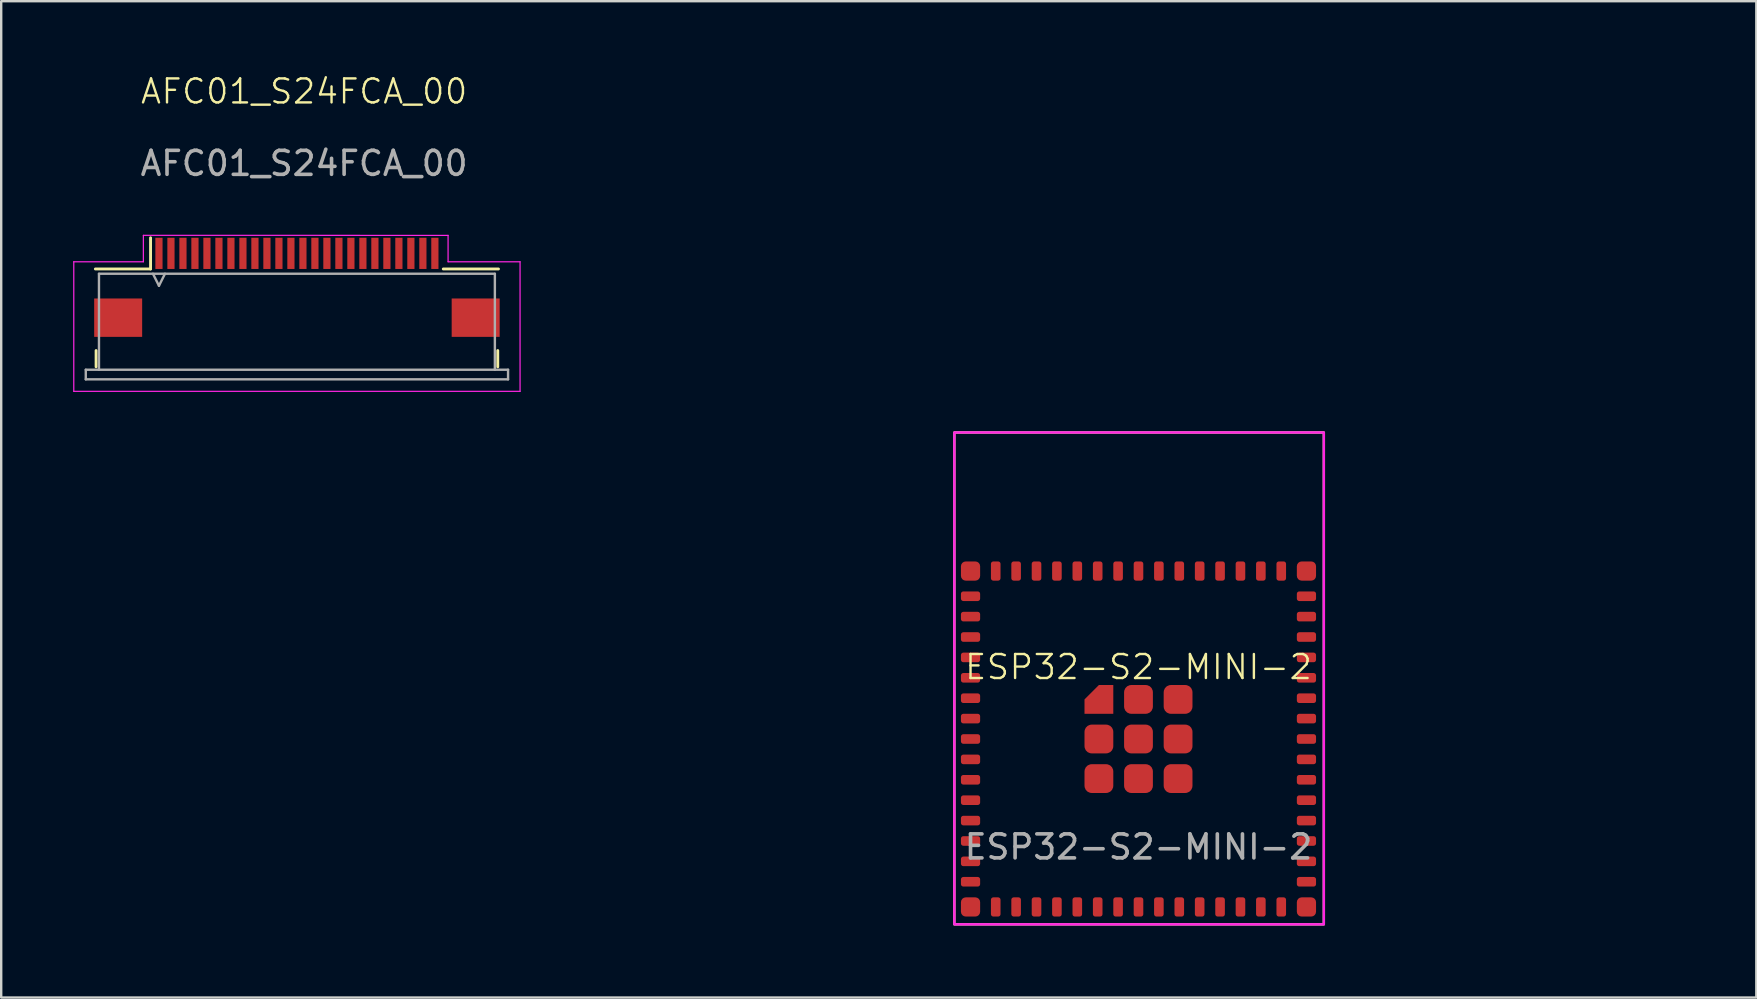
<source format=kicad_pcb>
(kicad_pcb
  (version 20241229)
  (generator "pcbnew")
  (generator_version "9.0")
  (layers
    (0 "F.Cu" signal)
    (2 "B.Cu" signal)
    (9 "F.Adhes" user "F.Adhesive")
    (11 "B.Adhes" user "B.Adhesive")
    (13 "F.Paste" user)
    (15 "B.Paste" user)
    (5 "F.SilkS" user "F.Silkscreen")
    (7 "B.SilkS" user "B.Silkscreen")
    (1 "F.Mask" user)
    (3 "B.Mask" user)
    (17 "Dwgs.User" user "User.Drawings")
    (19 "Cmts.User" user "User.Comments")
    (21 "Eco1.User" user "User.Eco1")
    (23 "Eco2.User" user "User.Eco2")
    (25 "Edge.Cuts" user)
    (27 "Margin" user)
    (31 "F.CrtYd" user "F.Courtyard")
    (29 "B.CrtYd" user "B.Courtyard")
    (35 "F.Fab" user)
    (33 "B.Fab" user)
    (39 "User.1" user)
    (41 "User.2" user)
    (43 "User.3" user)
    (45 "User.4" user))
  (footprint "ESP32-S2-MINI-2"
    (layer "F.Cu")
    (at 44.4 27.75)
    (property "Reference" "ESP32-S2-MINI-2" (at 0 -3 0) (unlocked yes) (layer "F.SilkS") (effects (font (size 1 1) (thickness 0.1))))
    (attr smd)
    (fp_rect (start -7.675 -12.775) (end 7.725 7.725) (stroke (width 0.1) (type default)) (fill no) (layer "F.SilkS"))
    (fp_rect (start -7.675 -12.775) (end 7.725 7.725) (stroke (width 0.1) (type default)) (fill no) (layer "F.CrtYd"))
    (fp_text user "${REFERENCE}" (at 0 4.5 0) (unlocked yes) (layer "F.Fab") (effects (font (size 1 1) (thickness 0.15))))
    (pad "1" smd roundrect (at -7 -5.95 90) (size 0.4 0.8) (layers "F.Cu" "F.Mask" "F.Paste") (roundrect_rratio 0.25))
    (pad "2" smd roundrect (at -7 -5.1 90) (size 0.4 0.8) (layers "F.Cu" "F.Mask" "F.Paste") (roundrect_rratio 0.25))
    (pad "3" smd roundrect (at -7 -4.25 90) (size 0.4 0.8) (layers "F.Cu" "F.Mask" "F.Paste") (roundrect_rratio 0.25))
    (pad "4" smd roundrect (at -7 -3.4 90) (size 0.4 0.8) (layers "F.Cu" "F.Mask" "F.Paste") (roundrect_rratio 0.25))
    (pad "5" smd roundrect (at -7 -2.55 90) (size 0.4 0.8) (layers "F.Cu" "F.Mask" "F.Paste") (roundrect_rratio 0.25))
    (pad "6" smd roundrect (at -7 -1.7 90) (size 0.4 0.8) (layers "F.Cu" "F.Mask" "F.Paste") (roundrect_rratio 0.25))
    (pad "7" smd roundrect (at -7 -0.85 90) (size 0.4 0.8) (layers "F.Cu" "F.Mask" "F.Paste") (roundrect_rratio 0.25))
    (pad "8" smd roundrect (at -7 0 90) (size 0.4 0.8) (layers "F.Cu" "F.Mask" "F.Paste") (roundrect_rratio 0.25))
    (pad "9" smd roundrect (at -7 0.85 90) (size 0.4 0.8) (layers "F.Cu" "F.Mask" "F.Paste") (roundrect_rratio 0.25))
    (pad "10" smd roundrect (at -7 1.7 90) (size 0.4 0.8) (layers "F.Cu" "F.Mask" "F.Paste") (roundrect_rratio 0.25))
    (pad "11" smd roundrect (at -7 2.55 90) (size 0.4 0.8) (layers "F.Cu" "F.Mask" "F.Paste") (roundrect_rratio 0.25))
    (pad "12" smd roundrect (at -7 3.4 90) (size 0.4 0.8) (layers "F.Cu" "F.Mask" "F.Paste") (roundrect_rratio 0.25))
    (pad "13" smd roundrect (at -7 4.25 90) (size 0.4 0.8) (layers "F.Cu" "F.Mask" "F.Paste") (roundrect_rratio 0.25))
    (pad "14" smd roundrect (at -7 5.1 90) (size 0.4 0.8) (layers "F.Cu" "F.Mask" "F.Paste") (roundrect_rratio 0.25))
    (pad "15" smd roundrect (at -7 5.95 90) (size 0.4 0.8) (layers "F.Cu" "F.Mask" "F.Paste") (roundrect_rratio 0.25))
    (pad "16" smd roundrect (at -5.95 7 180) (size 0.4 0.8) (layers "F.Cu" "F.Mask" "F.Paste") (roundrect_rratio 0.25))
    (pad "17" smd roundrect (at -5.1 7 180) (size 0.4 0.8) (layers "F.Cu" "F.Mask" "F.Paste") (roundrect_rratio 0.25))
    (pad "18" smd roundrect (at -4.25 7 180) (size 0.4 0.8) (layers "F.Cu" "F.Mask" "F.Paste") (roundrect_rratio 0.25))
    (pad "19" smd roundrect (at -3.4 7 180) (size 0.4 0.8) (layers "F.Cu" "F.Mask" "F.Paste") (roundrect_rratio 0.25))
    (pad "20" smd roundrect (at -2.55 7 180) (size 0.4 0.8) (layers "F.Cu" "F.Mask" "F.Paste") (roundrect_rratio 0.25))
    (pad "21" smd roundrect (at -1.7 7 180) (size 0.4 0.8) (layers "F.Cu" "F.Mask" "F.Paste") (roundrect_rratio 0.25))
    (pad "22" smd roundrect (at -0.85 7 180) (size 0.4 0.8) (layers "F.Cu" "F.Mask" "F.Paste") (roundrect_rratio 0.25))
    (pad "23" smd roundrect (at 0 7 180) (size 0.4 0.8) (layers "F.Cu" "F.Mask" "F.Paste") (roundrect_rratio 0.25))
    (pad "24" smd roundrect (at 0.85 7 180) (size 0.4 0.8) (layers "F.Cu" "F.Mask" "F.Paste") (roundrect_rratio 0.25))
    (pad "25" smd roundrect (at 1.7 7 180) (size 0.4 0.8) (layers "F.Cu" "F.Mask" "F.Paste") (roundrect_rratio 0.25))
    (pad "26" smd roundrect (at 2.55 7 180) (size 0.4 0.8) (layers "F.Cu" "F.Mask" "F.Paste") (roundrect_rratio 0.25))
    (pad "27" smd roundrect (at 3.4 7 180) (size 0.4 0.8) (layers "F.Cu" "F.Mask" "F.Paste") (roundrect_rratio 0.25))
    (pad "28" smd roundrect (at 4.25 7 180) (size 0.4 0.8) (layers "F.Cu" "F.Mask" "F.Paste") (roundrect_rratio 0.25))
    (pad "29" smd roundrect (at 5.1 7 180) (size 0.4 0.8) (layers "F.Cu" "F.Mask" "F.Paste") (roundrect_rratio 0.25))
    (pad "30" smd roundrect (at 5.95 7 180) (size 0.4 0.8) (layers "F.Cu" "F.Mask" "F.Paste") (roundrect_rratio 0.25))
    (pad "31" smd roundrect (at 7 5.95 90) (size 0.4 0.8) (layers "F.Cu" "F.Mask" "F.Paste") (roundrect_rratio 0.25))
    (pad "32" smd roundrect (at 7 5.1 90) (size 0.4 0.8) (layers "F.Cu" "F.Mask" "F.Paste") (roundrect_rratio 0.25))
    (pad "33" smd roundrect (at 7 4.25 90) (size 0.4 0.8) (layers "F.Cu" "F.Mask" "F.Paste") (roundrect_rratio 0.25))
    (pad "34" smd roundrect (at 7 3.4 90) (size 0.4 0.8) (layers "F.Cu" "F.Mask" "F.Paste") (roundrect_rratio 0.25))
    (pad "35" smd roundrect (at 7 2.55 90) (size 0.4 0.8) (layers "F.Cu" "F.Mask" "F.Paste") (roundrect_rratio 0.25))
    (pad "36" smd roundrect (at 7 1.7 90) (size 0.4 0.8) (layers "F.Cu" "F.Mask" "F.Paste") (roundrect_rratio 0.25))
    (pad "37" smd roundrect (at 7 0.85 90) (size 0.4 0.8) (layers "F.Cu" "F.Mask" "F.Paste") (roundrect_rratio 0.25))
    (pad "38" smd roundrect (at 7 0 90) (size 0.4 0.8) (layers "F.Cu" "F.Mask" "F.Paste") (roundrect_rratio 0.25))
    (pad "39" smd roundrect (at 7 -0.85 90) (size 0.4 0.8) (layers "F.Cu" "F.Mask" "F.Paste") (roundrect_rratio 0.25))
    (pad "40" smd roundrect (at 7 -1.7 90) (size 0.4 0.8) (layers "F.Cu" "F.Mask" "F.Paste") (roundrect_rratio 0.25))
    (pad "41" smd roundrect (at 7 -2.55 90) (size 0.4 0.8) (layers "F.Cu" "F.Mask" "F.Paste") (roundrect_rratio 0.25))
    (pad "42" smd roundrect (at 7 -3.4 90) (size 0.4 0.8) (layers "F.Cu" "F.Mask" "F.Paste") (roundrect_rratio 0.25))
    (pad "43" smd roundrect (at 7 -4.25 90) (size 0.4 0.8) (layers "F.Cu" "F.Mask" "F.Paste") (roundrect_rratio 0.25))
    (pad "44" smd roundrect (at 7 -5.1 90) (size 0.4 0.8) (layers "F.Cu" "F.Mask" "F.Paste") (roundrect_rratio 0.25))
    (pad "45" smd roundrect (at 7 -5.95 90) (size 0.4 0.8) (layers "F.Cu" "F.Mask" "F.Paste") (roundrect_rratio 0.25))
    (pad "46" smd roundrect (at 5.95 -7 180) (size 0.4 0.8) (layers "F.Cu" "F.Mask" "F.Paste") (roundrect_rratio 0.25))
    (pad "47" smd roundrect (at 5.1 -7 180) (size 0.4 0.8) (layers "F.Cu" "F.Mask" "F.Paste") (roundrect_rratio 0.25))
    (pad "48" smd roundrect (at 4.25 -7 180) (size 0.4 0.8) (layers "F.Cu" "F.Mask" "F.Paste") (roundrect_rratio 0.25))
    (pad "49" smd roundrect (at 3.4 -7 180) (size 0.4 0.8) (layers "F.Cu" "F.Mask" "F.Paste") (roundrect_rratio 0.25))
    (pad "50" smd roundrect (at 1.7 -7 180) (size 0.4 0.8) (layers "F.Cu" "F.Mask" "F.Paste") (roundrect_rratio 0.25))
    (pad "51" smd roundrect (at 2.55 -7 180) (size 0.4 0.8) (layers "F.Cu" "F.Mask" "F.Paste") (roundrect_rratio 0.25))
    (pad "52" smd roundrect (at 0.85 -7 180) (size 0.4 0.8) (layers "F.Cu" "F.Mask" "F.Paste") (roundrect_rratio 0.25))
    (pad "53" smd roundrect (at -0.85 -7 180) (size 0.4 0.8) (layers "F.Cu" "F.Mask" "F.Paste") (roundrect_rratio 0.25))
    (pad "54" smd roundrect (at 0 -7 180) (size 0.4 0.8) (layers "F.Cu" "F.Mask" "F.Paste") (roundrect_rratio 0.25))
    (pad "55" smd roundrect (at -1.7 -7 180) (size 0.4 0.8) (layers "F.Cu" "F.Mask" "F.Paste") (roundrect_rratio 0.25))
    (pad "56" smd roundrect (at -2.55 -7 180) (size 0.4 0.8) (layers "F.Cu" "F.Mask" "F.Paste") (roundrect_rratio 0.25))
    (pad "57" smd roundrect (at -3.4 -7 180) (size 0.4 0.8) (layers "F.Cu" "F.Mask" "F.Paste") (roundrect_rratio 0.25))
    (pad "58" smd roundrect (at -4.25 -7 180) (size 0.4 0.8) (layers "F.Cu" "F.Mask" "F.Paste") (roundrect_rratio 0.25))
    (pad "59" smd roundrect (at -5.1 -7 180) (size 0.4 0.8) (layers "F.Cu" "F.Mask" "F.Paste") (roundrect_rratio 0.25))
    (pad "60" smd roundrect (at -5.95 -7 180) (size 0.4 0.8) (layers "F.Cu" "F.Mask" "F.Paste") (roundrect_rratio 0.25))
    (pad "61" smd roundrect (at -1.65 -1.65) (size 1.2 1.2) (layers "F.Cu" "F.Mask" "F.Paste") (roundrect_rratio 0) (chamfer_ratio 0.5) (chamfer top_left))
    (pad "61" smd roundrect (at -1.65 0) (size 1.2 1.2) (layers "F.Cu" "F.Mask" "F.Paste") (roundrect_rratio 0.25))
    (pad "61" smd roundrect (at -1.65 1.65) (size 1.2 1.2) (layers "F.Cu" "F.Mask" "F.Paste") (roundrect_rratio 0.25))
    (pad "61" smd roundrect (at 0 -1.65) (size 1.2 1.2) (layers "F.Cu" "F.Mask" "F.Paste") (roundrect_rratio 0.25))
    (pad "61" smd roundrect (at 0 0) (size 1.2 1.2) (layers "F.Cu" "F.Mask" "F.Paste") (roundrect_rratio 0.25))
    (pad "61" smd roundrect (at 0 1.65) (size 1.2 1.2) (layers "F.Cu" "F.Mask" "F.Paste") (roundrect_rratio 0.25))
    (pad "61" smd roundrect (at 1.65 -1.65) (size 1.2 1.2) (layers "F.Cu" "F.Mask" "F.Paste") (roundrect_rratio 0.25))
    (pad "61" smd roundrect (at 1.65 0) (size 1.2 1.2) (layers "F.Cu" "F.Mask" "F.Paste") (roundrect_rratio 0.25))
    (pad "61" smd roundrect (at 1.65 1.65) (size 1.2 1.2) (layers "F.Cu" "F.Mask" "F.Paste") (roundrect_rratio 0.25))
    (pad "62" smd roundrect (at -7 -7) (size 0.8 0.8) (layers "F.Cu" "F.Mask" "F.Paste") (roundrect_rratio 0.25))
    (pad "63" smd roundrect (at -7 7) (size 0.8 0.8) (layers "F.Cu" "F.Mask" "F.Paste") (roundrect_rratio 0.25))
    (pad "64" smd roundrect (at 7 7) (size 0.8 0.8) (layers "F.Cu" "F.Mask" "F.Paste") (roundrect_rratio 0.25))
    (pad "65" smd roundrect (at 7 -7) (size 0.8 0.8) (layers "F.Cu" "F.Mask" "F.Paste") (roundrect_rratio 0.25))
    (zone (net_name "") (layers "F.Cu" "B.Cu" "F.SilkS") (name "ANTENNA_KEEPOUT") (hatch edge 0.5) (connect_pads) (min_thickness 0.25) (filled_areas_thickness no) (keepout (tracks not_allowed) (vias not_allowed) (pads not_allowed) (copperpour not_allowed) (footprints not_allowed)) (placement (enabled no)) (fill) (polygon (pts (xy 21.65 20.25) (xy 67.15 20.25) (xy 67.15 0) (xy 21.65 0)))))
  (footprint "AFC01_S24FCA_00"
    (layer "F.Cu")
    (at 9.625 1.26)
    (property "Reference" "AFC01_S24FCA_00" (at 0 -0.5 0) (unlocked yes) (layer "F.SilkS") (effects (font (size 1 1) (thickness 0.1))))
    (attr smd)
    (fp_line (start -8.67 10.3) (end -8.67 10.98) (stroke (width 0.12) (type solid)) (layer "F.SilkS"))
    (fp_line (start -6.4 6.9) (end -8.7 6.9) (stroke (width 0.12) (type solid)) (layer "F.SilkS"))
    (fp_line (start -6.4 6.9) (end -6.4 5.6) (stroke (width 0.12) (type solid)) (layer "F.SilkS"))
    (fp_line (start 5.8 6.9) (end 8.1 6.9) (stroke (width 0.12) (type solid)) (layer "F.SilkS"))
    (fp_line (start 8.07 10.3) (end 8.07 10.98) (stroke (width 0.12) (type solid)) (layer "F.SilkS"))
    (fp_line (start -9.6 6.6) (end -9.6 12) (stroke (width 0.05) (type solid)) (layer "F.CrtYd"))
    (fp_line (start -9.6 12) (end 9 12) (stroke (width 0.05) (type solid)) (layer "F.CrtYd"))
    (fp_line (start -6.7 6.6) (end -9.6 6.6) (stroke (width 0.05) (type solid)) (layer "F.CrtYd"))
    (fp_line (start -6.7 6.6) (end -6.7 5.499) (stroke (width 0.05) (type default)) (layer "F.CrtYd"))
    (fp_line (start 6 5.5) (end -6.7 5.499) (stroke (width 0.05) (type solid)) (layer "F.CrtYd"))
    (fp_line (start 6 6.6) (end 6 5.5) (stroke (width 0.05) (type default)) (layer "F.CrtYd"))
    (fp_line (start 9 6.6) (end 6 6.6) (stroke (width 0.05) (type solid)) (layer "F.CrtYd"))
    (fp_line (start 9 12) (end 9 6.6) (stroke (width 0.05) (type solid)) (layer "F.CrtYd"))
    (fp_line (start -9.1 11.1) (end -9.1 11.5) (stroke (width 0.1) (type solid)) (layer "F.Fab"))
    (fp_line (start -9.1 11.5) (end 8.5 11.5) (stroke (width 0.1) (type solid)) (layer "F.Fab"))
    (fp_line (start -8.55 7.1) (end 7.95 7.1) (stroke (width 0.1) (type solid)) (layer "F.Fab"))
    (fp_line (start -8.55 11.1) (end -9.1 11.1) (stroke (width 0.1) (type solid)) (layer "F.Fab"))
    (fp_line (start -8.55 11.1) (end -8.55 7.1) (stroke (width 0.1) (type solid)) (layer "F.Fab"))
    (fp_line (start -6.3 7.1) (end -6.05 7.6) (stroke (width 0.1) (type solid)) (layer "F.Fab"))
    (fp_line (start -6.05 7.6) (end -5.8 7.1) (stroke (width 0.1) (type solid)) (layer "F.Fab"))
    (fp_line (start 7.95 11.1) (end -8.55 11.1) (stroke (width 0.1) (type solid)) (layer "F.Fab"))
    (fp_line (start 7.95 11.1) (end 7.95 7.1) (stroke (width 0.1) (type solid)) (layer "F.Fab"))
    (fp_line (start 8.5 11.1) (end 7.95 11.1) (stroke (width 0.1) (type solid)) (layer "F.Fab"))
    (fp_line (start 8.5 11.5) (end 8.5 11.1) (stroke (width 0.1) (type solid)) (layer "F.Fab"))
    (fp_text user "${REFERENCE}" (at 0 2.5 0) (unlocked yes) (layer "F.Fab") (effects (font (size 1 1) (thickness 0.15))))
    (pad "1" smd rect (at -6.05 6.25) (size 0.3 1.3) (layers "F.Cu" "F.Mask" "F.Paste"))
    (pad "2" smd rect (at -5.55 6.25) (size 0.3 1.3) (layers "F.Cu" "F.Mask" "F.Paste"))
    (pad "3" smd rect (at -5.05 6.25) (size 0.3 1.3) (layers "F.Cu" "F.Mask" "F.Paste"))
    (pad "4" smd rect (at -4.55 6.25) (size 0.3 1.3) (layers "F.Cu" "F.Mask" "F.Paste"))
    (pad "5" smd rect (at -4.05 6.25) (size 0.3 1.3) (layers "F.Cu" "F.Mask" "F.Paste"))
    (pad "6" smd rect (at -3.55 6.25) (size 0.3 1.3) (layers "F.Cu" "F.Mask" "F.Paste"))
    (pad "7" smd rect (at -3.05 6.25) (size 0.3 1.3) (layers "F.Cu" "F.Mask" "F.Paste"))
    (pad "8" smd rect (at -2.55 6.25) (size 0.3 1.3) (layers "F.Cu" "F.Mask" "F.Paste"))
    (pad "9" smd rect (at -2.05 6.25) (size 0.3 1.3) (layers "F.Cu" "F.Mask" "F.Paste"))
    (pad "10" smd rect (at -1.55 6.25) (size 0.3 1.3) (layers "F.Cu" "F.Mask" "F.Paste"))
    (pad "11" smd rect (at -1.05 6.25) (size 0.3 1.3) (layers "F.Cu" "F.Mask" "F.Paste"))
    (pad "12" smd rect (at -0.55 6.25) (size 0.3 1.3) (layers "F.Cu" "F.Mask" "F.Paste"))
    (pad "13" smd rect (at -0.05 6.25) (size 0.3 1.3) (layers "F.Cu" "F.Mask" "F.Paste"))
    (pad "14" smd rect (at 0.45 6.25) (size 0.3 1.3) (layers "F.Cu" "F.Mask" "F.Paste"))
    (pad "15" smd rect (at 0.95 6.25) (size 0.3 1.3) (layers "F.Cu" "F.Mask" "F.Paste"))
    (pad "16" smd rect (at 1.45 6.25) (size 0.3 1.3) (layers "F.Cu" "F.Mask" "F.Paste"))
    (pad "17" smd rect (at 1.95 6.25) (size 0.3 1.3) (layers "F.Cu" "F.Mask" "F.Paste"))
    (pad "18" smd rect (at 2.45 6.25) (size 0.3 1.3) (layers "F.Cu" "F.Mask" "F.Paste"))
    (pad "19" smd rect (at 2.95 6.25) (size 0.3 1.3) (layers "F.Cu" "F.Mask" "F.Paste"))
    (pad "20" smd rect (at 3.45 6.25) (size 0.3 1.3) (layers "F.Cu" "F.Mask" "F.Paste"))
    (pad "21" smd rect (at 3.95 6.25) (size 0.3 1.3) (layers "F.Cu" "F.Mask" "F.Paste"))
    (pad "22" smd rect (at 4.45 6.25) (size 0.3 1.3) (layers "F.Cu" "F.Mask" "F.Paste"))
    (pad "23" smd rect (at 4.95 6.25) (size 0.3 1.3) (layers "F.Cu" "F.Mask" "F.Paste"))
    (pad "24" smd rect (at 5.45 6.25) (size 0.3 1.3) (layers "F.Cu" "F.Mask" "F.Paste"))
    (pad "MP" smd rect (at -7.75 8.93) (size 2 1.6) (layers "F.Cu" "F.Mask" "F.Paste"))
    (pad "MP" smd rect (at 7.15 8.93) (size 2 1.6) (layers "F.Cu" "F.Mask" "F.Paste")))
  (gr_rect
    (start -3 -3)
    (end 70.15 38.525)
    (stroke (width 0.1) (type default))
    (fill no)
    (layer "Edge.Cuts")))
</source>
